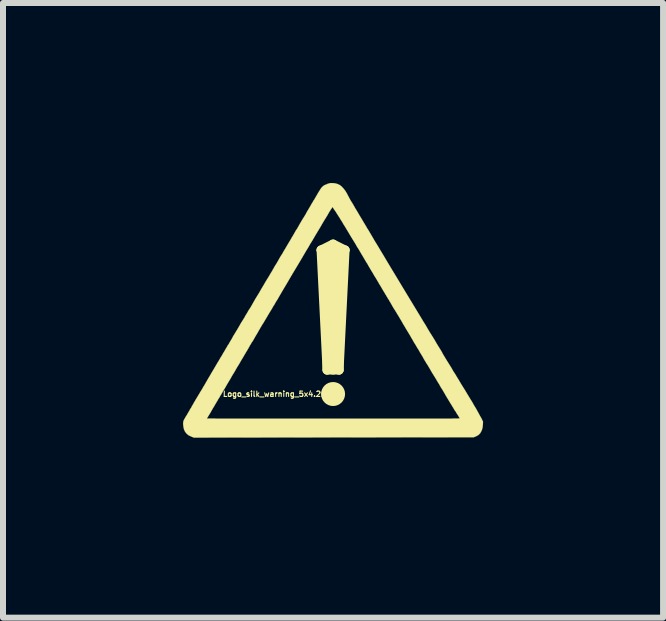
<source format=kicad_pcb>
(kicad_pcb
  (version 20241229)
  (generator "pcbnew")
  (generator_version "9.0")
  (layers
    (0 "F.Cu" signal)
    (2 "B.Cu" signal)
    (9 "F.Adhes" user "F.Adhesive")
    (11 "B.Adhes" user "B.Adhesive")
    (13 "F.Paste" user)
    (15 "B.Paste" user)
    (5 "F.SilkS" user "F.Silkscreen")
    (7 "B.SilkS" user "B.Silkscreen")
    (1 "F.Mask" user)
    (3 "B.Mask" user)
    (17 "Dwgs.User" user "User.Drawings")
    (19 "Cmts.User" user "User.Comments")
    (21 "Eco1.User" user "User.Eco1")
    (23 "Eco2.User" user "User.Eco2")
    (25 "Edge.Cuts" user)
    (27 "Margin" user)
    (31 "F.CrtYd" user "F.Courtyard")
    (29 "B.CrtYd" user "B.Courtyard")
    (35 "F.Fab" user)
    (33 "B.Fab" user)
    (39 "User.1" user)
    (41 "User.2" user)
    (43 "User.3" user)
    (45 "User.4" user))
  (footprint "Logo_silk_warning_5x4.2mm"
    (layer "F.Cu")
    (at 2.501 2.117)
    (property "Reference" "Logo_silk_warning_5x4.2mm" (at -0.9 1.4 0) (layer "F.SilkS") (effects (font (size 0.089 0.089) (thickness 0.018))))
    (attr exclude_from_pos_files exclude_from_bom)
    (fp_line (start -0.2 -1) (end -0.1 1) (stroke (width 0.15) (type solid)) (layer "F.SilkS"))
    (fp_line (start -0.2 -1) (end 0 -1.1) (stroke (width 0.15) (type solid)) (layer "F.SilkS"))
    (fp_line (start -0.1 1) (end -0.1 -1) (stroke (width 0.15) (type solid)) (layer "F.SilkS"))
    (fp_line (start -0.1 1) (end 0.1 1) (stroke (width 0.15) (type solid)) (layer "F.SilkS"))
    (fp_line (start 0 -1.1) (end 0.2 -1) (stroke (width 0.15) (type solid)) (layer "F.SilkS"))
    (fp_line (start 0 -1) (end 0 1) (stroke (width 0.15) (type solid)) (layer "F.SilkS"))
    (fp_line (start 0.1 1) (end 0.1 -1) (stroke (width 0.15) (type solid)) (layer "F.SilkS"))
    (fp_line (start 0.1 1) (end 0.2 -1) (stroke (width 0.15) (type solid)) (layer "F.SilkS"))
    (fp_line (start 0.2 -1) (end -0.2 -1) (stroke (width 0.15) (type solid)) (layer "F.SilkS"))
    (fp_circle (center 0 1.4) (end -0.1 1.4) (stroke (width 0.2) (type solid)) (fill no) (layer "F.SilkS"))
    (fp_poly (pts (xy 2.499 1.859) (xy 2.497 1.91) (xy 2.492 1.958) (xy 2.479 2.004) (xy 2.459 2.042) (xy 2.449 2.057) (xy 2.436 2.07) (xy 2.423 2.083) (xy 2.405 2.093) (xy 2.388 2.103) (xy 2.344 2.121) (xy 2.111 2.121) (xy 2.111 1.803) (xy 2.106 1.796) (xy 2.098 1.783) (xy 2.088 1.765) (xy 2.073 1.742) (xy 2.065 1.73) (xy 2.055 1.714) (xy 2.05 1.704) (xy 2.042 1.692) (xy 2.035 1.681) (xy 2.027 1.671) (xy 2.019 1.659) (xy 2.012 1.646) (xy 2.002 1.628) (xy 1.989 1.608) (xy 1.976 1.585) (xy 1.958 1.557) (xy 1.938 1.524) (xy 1.915 1.486) (xy 1.887 1.44) (xy 1.857 1.387) (xy 1.824 1.331) (xy 1.793 1.283) (xy 1.768 1.237) (xy 1.742 1.196) (xy 1.72 1.158) (xy 1.699 1.123) (xy 1.681 1.095) (xy 1.669 1.074) (xy 1.659 1.059) (xy 1.654 1.052) (xy 1.648 1.041) (xy 1.638 1.024) (xy 1.626 1.003) (xy 1.61 0.975) (xy 1.593 0.947) (xy 1.585 0.932) (xy 1.562 0.897) (xy 1.539 0.859) (xy 1.514 0.818) (xy 1.494 0.78) (xy 1.473 0.747) (xy 1.473 0.744) (xy 1.453 0.714) (xy 1.435 0.681) (xy 1.417 0.65) (xy 1.4 0.625) (xy 1.389 0.605) (xy 1.377 0.584) (xy 1.359 0.556) (xy 1.341 0.526) (xy 1.323 0.493) (xy 1.303 0.46) (xy 1.283 0.424) (xy 1.26 0.386) (xy 1.234 0.343) (xy 1.209 0.302) (xy 1.189 0.267) (xy 1.168 0.234) (xy 1.146 0.193) (xy 1.12 0.15) (xy 1.095 0.107) (xy 1.069 0.066) (xy 1.059 0.048) (xy 1.036 0.01) (xy 1.011 -0.028) (xy 0.986 -0.071) (xy 0.963 -0.112) (xy 0.94 -0.15) (xy 0.932 -0.165) (xy 0.914 -0.193) (xy 0.897 -0.221) (xy 0.884 -0.244) (xy 0.871 -0.264) (xy 0.864 -0.277) (xy 0.864 -0.279) (xy 0.856 -0.29) (xy 0.846 -0.307) (xy 0.833 -0.328) (xy 0.818 -0.353) (xy 0.808 -0.371) (xy 0.792 -0.399) (xy 0.777 -0.422) (xy 0.765 -0.442) (xy 0.757 -0.457) (xy 0.752 -0.465) (xy 0.747 -0.475) (xy 0.737 -0.49) (xy 0.724 -0.513) (xy 0.709 -0.538) (xy 0.691 -0.566) (xy 0.683 -0.579) (xy 0.663 -0.615) (xy 0.638 -0.655) (xy 0.612 -0.699) (xy 0.587 -0.742) (xy 0.566 -0.78) (xy 0.564 -0.78) (xy 0.546 -0.81) (xy 0.528 -0.841) (xy 0.513 -0.866) (xy 0.5 -0.889) (xy 0.49 -0.904) (xy 0.488 -0.909) (xy 0.478 -0.925) (xy 0.465 -0.947) (xy 0.447 -0.978) (xy 0.427 -1.013) (xy 0.401 -1.052) (xy 0.376 -1.097) (xy 0.348 -1.143) (xy 0.318 -1.191) (xy 0.287 -1.242) (xy 0.259 -1.29) (xy 0.229 -1.339) (xy 0.201 -1.387) (xy 0.173 -1.43) (xy 0.15 -1.471) (xy 0.127 -1.506) (xy 0.109 -1.537) (xy 0.107 -1.539) (xy 0.086 -1.572) (xy 0.066 -1.603) (xy 0.048 -1.633) (xy 0.03 -1.659) (xy 0.013 -1.681) (xy 0.003 -1.699) (xy -0.005 -1.712) (xy -0.01 -1.717) (xy -0.013 -1.712) (xy -0.02 -1.699) (xy -0.033 -1.681) (xy -0.051 -1.654) (xy -0.071 -1.621) (xy -0.094 -1.58) (xy -0.122 -1.534) (xy -0.152 -1.486) (xy -0.185 -1.43) (xy -0.218 -1.372) (xy -0.257 -1.308) (xy -0.295 -1.245) (xy -0.335 -1.176) (xy -0.356 -1.14) (xy -0.363 -1.13) (xy -0.376 -1.11) (xy -0.389 -1.087) (xy -0.406 -1.057) (xy -0.424 -1.026) (xy -0.445 -0.993) (xy -0.528 -0.851) (xy -0.61 -0.714) (xy -0.688 -0.584) (xy -0.762 -0.457) (xy -0.836 -0.333) (xy -0.907 -0.211) (xy -0.927 -0.175) (xy -0.947 -0.145) (xy -0.965 -0.114) (xy -0.98 -0.086) (xy -0.996 -0.064) (xy -1.006 -0.046) (xy -1.008 -0.041) (xy -1.016 -0.028) (xy -1.029 -0.005) (xy -1.044 0.018) (xy -1.062 0.048) (xy -1.082 0.081) (xy -1.095 0.104) (xy -1.115 0.137) (xy -1.133 0.168) (xy -1.151 0.198) (xy -1.166 0.224) (xy -1.179 0.241) (xy -1.184 0.251) (xy -1.194 0.269) (xy -1.209 0.292) (xy -1.224 0.32) (xy -1.24 0.345) (xy -1.242 0.351) (xy -1.265 0.391) (xy -1.29 0.432) (xy -1.313 0.472) (xy -1.336 0.513) (xy -1.359 0.546) (xy -1.374 0.574) (xy -1.382 0.584) (xy -1.394 0.607) (xy -1.407 0.63) (xy -1.417 0.648) (xy -1.42 0.65) (xy -1.425 0.663) (xy -1.438 0.683) (xy -1.455 0.711) (xy -1.476 0.747) (xy -1.501 0.79) (xy -1.532 0.841) (xy -1.565 0.899) (xy -1.603 0.96) (xy -1.643 1.031) (xy -1.689 1.105) (xy -1.689 1.107) (xy -1.712 1.148) (xy -1.737 1.189) (xy -1.763 1.232) (xy -1.786 1.273) (xy -1.808 1.311) (xy -1.821 1.331) (xy -1.841 1.364) (xy -1.859 1.397) (xy -1.88 1.43) (xy -1.895 1.458) (xy -1.91 1.481) (xy -1.913 1.483) (xy -1.925 1.509) (xy -1.941 1.532) (xy -1.951 1.552) (xy -1.961 1.567) (xy -1.981 1.603) (xy -2.002 1.636) (xy -2.022 1.671) (xy -2.04 1.704) (xy -2.057 1.732) (xy -2.073 1.758) (xy -2.085 1.778) (xy -2.093 1.793) (xy -2.098 1.798) (xy -2.103 1.806) (xy -2.103 1.808) (xy -2.098 1.808) (xy -2.083 1.808) (xy -2.06 1.808) (xy -2.027 1.808) (xy -1.984 1.808) (xy -1.933 1.811) (xy -1.877 1.811) (xy -1.811 1.811) (xy -1.737 1.811) (xy -1.656 1.811) (xy -1.57 1.811) (xy -1.476 1.811) (xy -1.377 1.811) (xy -1.27 1.811) (xy -1.158 1.811) (xy -1.044 1.811) (xy -0.922 1.811) (xy -0.798 1.811) (xy -0.668 1.811) (xy -0.536 1.811) (xy -0.399 1.811) (xy -0.259 1.811) (xy -0.114 1.811) (xy 0.005 1.811) (xy 0.178 1.811) (xy 0.343 1.811) (xy 0.495 1.811) (xy 0.64 1.811) (xy 0.777 1.811) (xy 0.904 1.811) (xy 1.024 1.811) (xy 1.135 1.811) (xy 1.24 1.811) (xy 1.336 1.811) (xy 1.425 1.811) (xy 1.506 1.811) (xy 1.582 1.811) (xy 1.651 1.811) (xy 1.712 1.811) (xy 1.77 1.811) (xy 1.821 1.811) (xy 1.867 1.811) (xy 1.908 1.811) (xy 1.943 1.811) (xy 1.976 1.811) (xy 2.004 1.808) (xy 2.027 1.808) (xy 2.047 1.808) (xy 2.062 1.808) (xy 2.078 1.808) (xy 2.088 1.808) (xy 2.095 1.806) (xy 2.103 1.806) (xy 2.106 1.806) (xy 2.108 1.806) (xy 2.111 1.803) (xy 2.111 2.121) (xy 0.01 2.123) (xy -2.322 2.126) (xy -2.365 2.108) (xy -2.408 2.088) (xy -2.441 2.06) (xy -2.466 2.029) (xy -2.484 1.991) (xy -2.494 1.946) (xy -2.499 1.9) (xy -2.499 1.885) (xy -2.497 1.875) (xy -2.497 1.864) (xy -2.494 1.852) (xy -2.489 1.839) (xy -2.482 1.824) (xy -2.469 1.803) (xy -2.456 1.778) (xy -2.436 1.748) (xy -2.426 1.73) (xy -2.41 1.702) (xy -2.393 1.674) (xy -2.38 1.648) (xy -2.367 1.631) (xy -2.36 1.618) (xy -2.352 1.6) (xy -2.337 1.577) (xy -2.322 1.549) (xy -2.304 1.519) (xy -2.283 1.483) (xy -2.263 1.45) (xy -2.243 1.417) (xy -2.24 1.412) (xy -2.228 1.392) (xy -2.215 1.369) (xy -2.197 1.341) (xy -2.179 1.311) (xy -2.162 1.28) (xy -2.141 1.247) (xy -2.118 1.206) (xy -2.095 1.166) (xy -2.073 1.128) (xy -2.057 1.102) (xy -2.04 1.072) (xy -2.019 1.036) (xy -1.999 1.003) (xy -1.981 0.973) (xy -1.968 0.95) (xy -1.953 0.925) (xy -1.935 0.894) (xy -1.915 0.861) (xy -1.895 0.828) (xy -1.877 0.795) (xy -1.857 0.765) (xy -1.839 0.732) (xy -1.819 0.699) (xy -1.803 0.673) (xy -1.791 0.65) (xy -1.783 0.638) (xy -1.775 0.625) (xy -1.765 0.607) (xy -1.755 0.589) (xy -1.74 0.569) (xy -1.725 0.541) (xy -1.707 0.511) (xy -1.687 0.478) (xy -1.664 0.434) (xy -1.636 0.389) (xy -1.603 0.335) (xy -1.567 0.274) (xy -1.527 0.203) (xy -1.524 0.201) (xy -1.501 0.163) (xy -1.478 0.127) (xy -1.458 0.089) (xy -1.438 0.058) (xy -1.422 0.03) (xy -1.41 0.008) (xy -1.405 0) (xy -1.394 -0.015) (xy -1.379 -0.038) (xy -1.361 -0.069) (xy -1.341 -0.104) (xy -1.321 -0.14) (xy -1.298 -0.18) (xy -1.278 -0.213) (xy -1.234 -0.284) (xy -1.196 -0.351) (xy -1.158 -0.414) (xy -1.123 -0.475) (xy -1.09 -0.528) (xy -1.059 -0.579) (xy -1.034 -0.622) (xy -1.013 -0.655) (xy -1.003 -0.676) (xy -0.993 -0.691) (xy -0.98 -0.716) (xy -0.963 -0.744) (xy -0.94 -0.78) (xy -0.917 -0.82) (xy -0.894 -0.861) (xy -0.869 -0.904) (xy -0.848 -0.935) (xy -0.823 -0.98) (xy -0.795 -1.026) (xy -0.77 -1.069) (xy -0.744 -1.113) (xy -0.721 -1.151) (xy -0.701 -1.184) (xy -0.686 -1.212) (xy -0.678 -1.224) (xy -0.66 -1.255) (xy -0.64 -1.29) (xy -0.62 -1.326) (xy -0.599 -1.356) (xy -0.589 -1.374) (xy -0.574 -1.4) (xy -0.556 -1.433) (xy -0.536 -1.466) (xy -0.516 -1.501) (xy -0.5 -1.527) (xy -0.462 -1.587) (xy -0.432 -1.643) (xy -0.401 -1.694) (xy -0.376 -1.737) (xy -0.356 -1.773) (xy -0.338 -1.801) (xy -0.328 -1.821) (xy -0.32 -1.831) (xy -0.312 -1.844) (xy -0.3 -1.864) (xy -0.287 -1.887) (xy -0.272 -1.913) (xy -0.269 -1.918) (xy -0.246 -1.958) (xy -0.226 -1.989) (xy -0.211 -2.014) (xy -0.196 -2.035) (xy -0.183 -2.05) (xy -0.17 -2.062) (xy -0.155 -2.073) (xy -0.14 -2.083) (xy -0.122 -2.09) (xy -0.099 -2.098) (xy -0.097 -2.101) (xy -0.074 -2.108) (xy -0.058 -2.113) (xy -0.043 -2.116) (xy -0.028 -2.116) (xy -0.005 -2.116) (xy 0.036 -2.111) (xy 0.074 -2.101) (xy 0.112 -2.083) (xy 0.145 -2.057) (xy 0.175 -2.024) (xy 0.206 -1.984) (xy 0.236 -1.933) (xy 0.251 -1.902) (xy 0.259 -1.89) (xy 0.269 -1.869) (xy 0.284 -1.841) (xy 0.302 -1.811) (xy 0.325 -1.775) (xy 0.348 -1.735) (xy 0.371 -1.694) (xy 0.396 -1.654) (xy 0.422 -1.61) (xy 0.445 -1.57) (xy 0.467 -1.534) (xy 0.475 -1.521) (xy 0.488 -1.499) (xy 0.503 -1.473) (xy 0.521 -1.443) (xy 0.541 -1.41) (xy 0.561 -1.377) (xy 0.561 -1.374) (xy 0.589 -1.331) (xy 0.62 -1.278) (xy 0.655 -1.219) (xy 0.693 -1.153) (xy 0.739 -1.079) (xy 0.787 -0.998) (xy 0.838 -0.914) (xy 0.892 -0.823) (xy 0.95 -0.726) (xy 1.011 -0.625) (xy 1.074 -0.521) (xy 1.14 -0.411) (xy 1.209 -0.297) (xy 1.278 -0.183) (xy 1.349 -0.066) (xy 1.42 0.051) (xy 1.438 0.081) (xy 1.471 0.135) (xy 1.504 0.191) (xy 1.542 0.251) (xy 1.577 0.312) (xy 1.615 0.376) (xy 1.654 0.437) (xy 1.692 0.498) (xy 1.725 0.556) (xy 1.758 0.61) (xy 1.788 0.658) (xy 1.814 0.701) (xy 1.826 0.726) (xy 1.869 0.798) (xy 1.908 0.861) (xy 1.943 0.917) (xy 1.976 0.97) (xy 2.004 1.021) (xy 2.035 1.067) (xy 2.062 1.113) (xy 2.09 1.158) (xy 2.118 1.206) (xy 2.146 1.252) (xy 2.197 1.333) (xy 2.243 1.41) (xy 2.283 1.476) (xy 2.322 1.539) (xy 2.352 1.593) (xy 2.383 1.643) (xy 2.408 1.689) (xy 2.431 1.73) (xy 2.451 1.768) (xy 2.469 1.798) (xy 2.499 1.859)) (stroke (width 0.003) (type solid)) (fill yes) (layer "F.SilkS")))
  (gr_rect
    (start -3 -3)
    (end 8.001 7.244)
    (stroke (width 0.1) (type default))
    (fill no)
    (layer "Edge.Cuts")))
</source>
